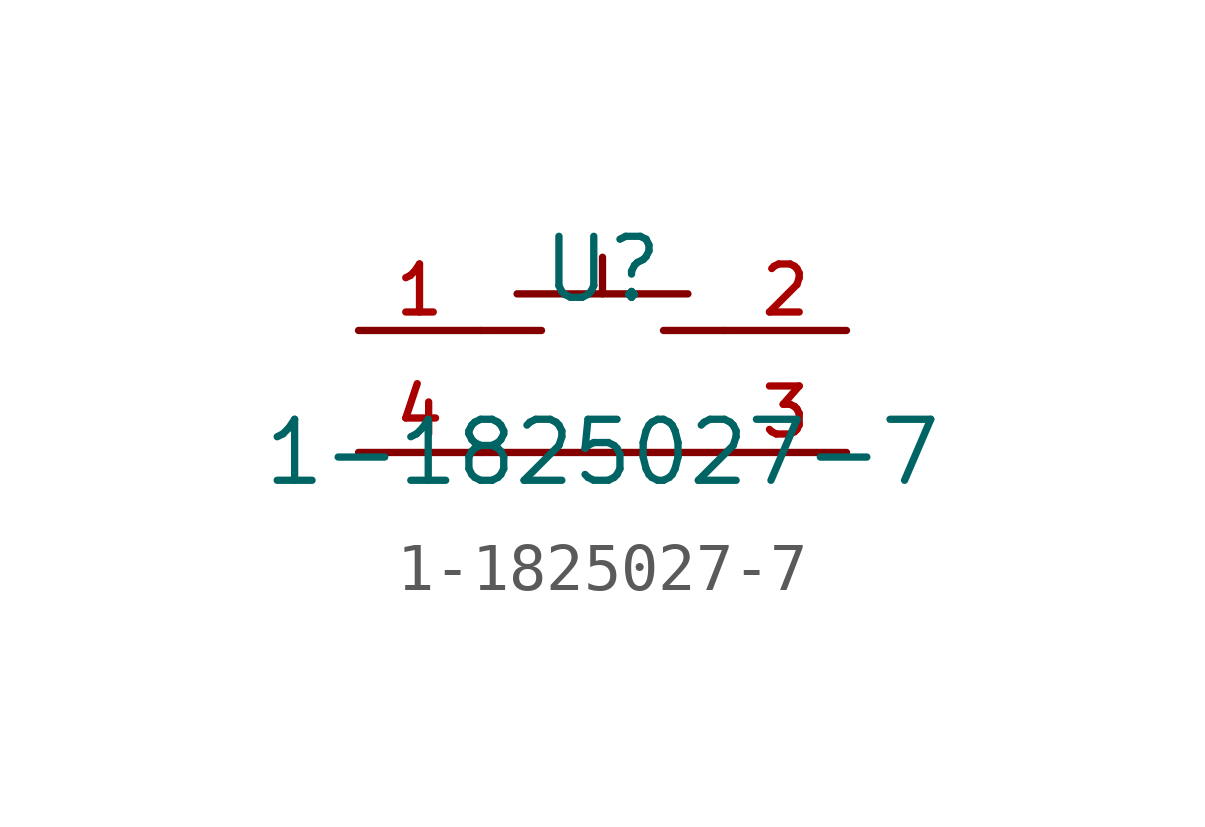
<source format=kicad_sym>
(kicad_symbol_lib
  (version 20220914)
  (generator kicad_symbol_editor)
  (symbol "1-1825027-7"
    (pin_names hide)
    (property "Reference" "U"
      (at 0 1.27 0)
      (effects (font (size 1.27 1.27))))
    (property "Value" "1-1825027-7"
      (at 0 -2.54 0)
      (effects (font (size 1.27 1.27))))
    (symbol "1-1825027-7_0_1"
      (polyline (pts (xy -1.27 0) (xy -2.54 0)) (stroke (width 0) (type default)) (fill (type none)))
      (polyline (pts (xy 0 1.524) (xy 0 0.762)) (stroke (width 0) (type default)) (fill (type none)))
      (polyline (pts (xy 1.778 0.762) (xy -1.778 0.762)) (stroke (width 0) (type default)) (fill (type none)))
      (polyline (pts (xy 2.54 -2.54) (xy -2.54 -2.54)) (stroke (width 0) (type default)) (fill (type none)))
      (polyline (pts (xy 2.54 0) (xy 1.27 0)) (stroke (width 0) (type default)) (fill (type none))))
    (symbol "1-1825027-7_1_1"
      (pin passive line (at -5.08 0 0) (length 2.54) (name "1" (effects (font (size 1 1)))) (number "1" (effects (font (size 1 1)))))
      (pin passive line (at 5.08 0 180) (length 2.54) (name "2" (effects (font (size 1 1)))) (number "2" (effects (font (size 1 1)))))
      (pin passive line (at 5.08 -2.54 180) (length 2.54) (name "3" (effects (font (size 1 1)))) (number "3" (effects (font (size 1 1)))))
      (pin passive line (at -5.08 -2.54 0) (length 2.54) (name "4" (effects (font (size 1 1)))) (number "4" (effects (font (size 1 1))))))))
</source>
